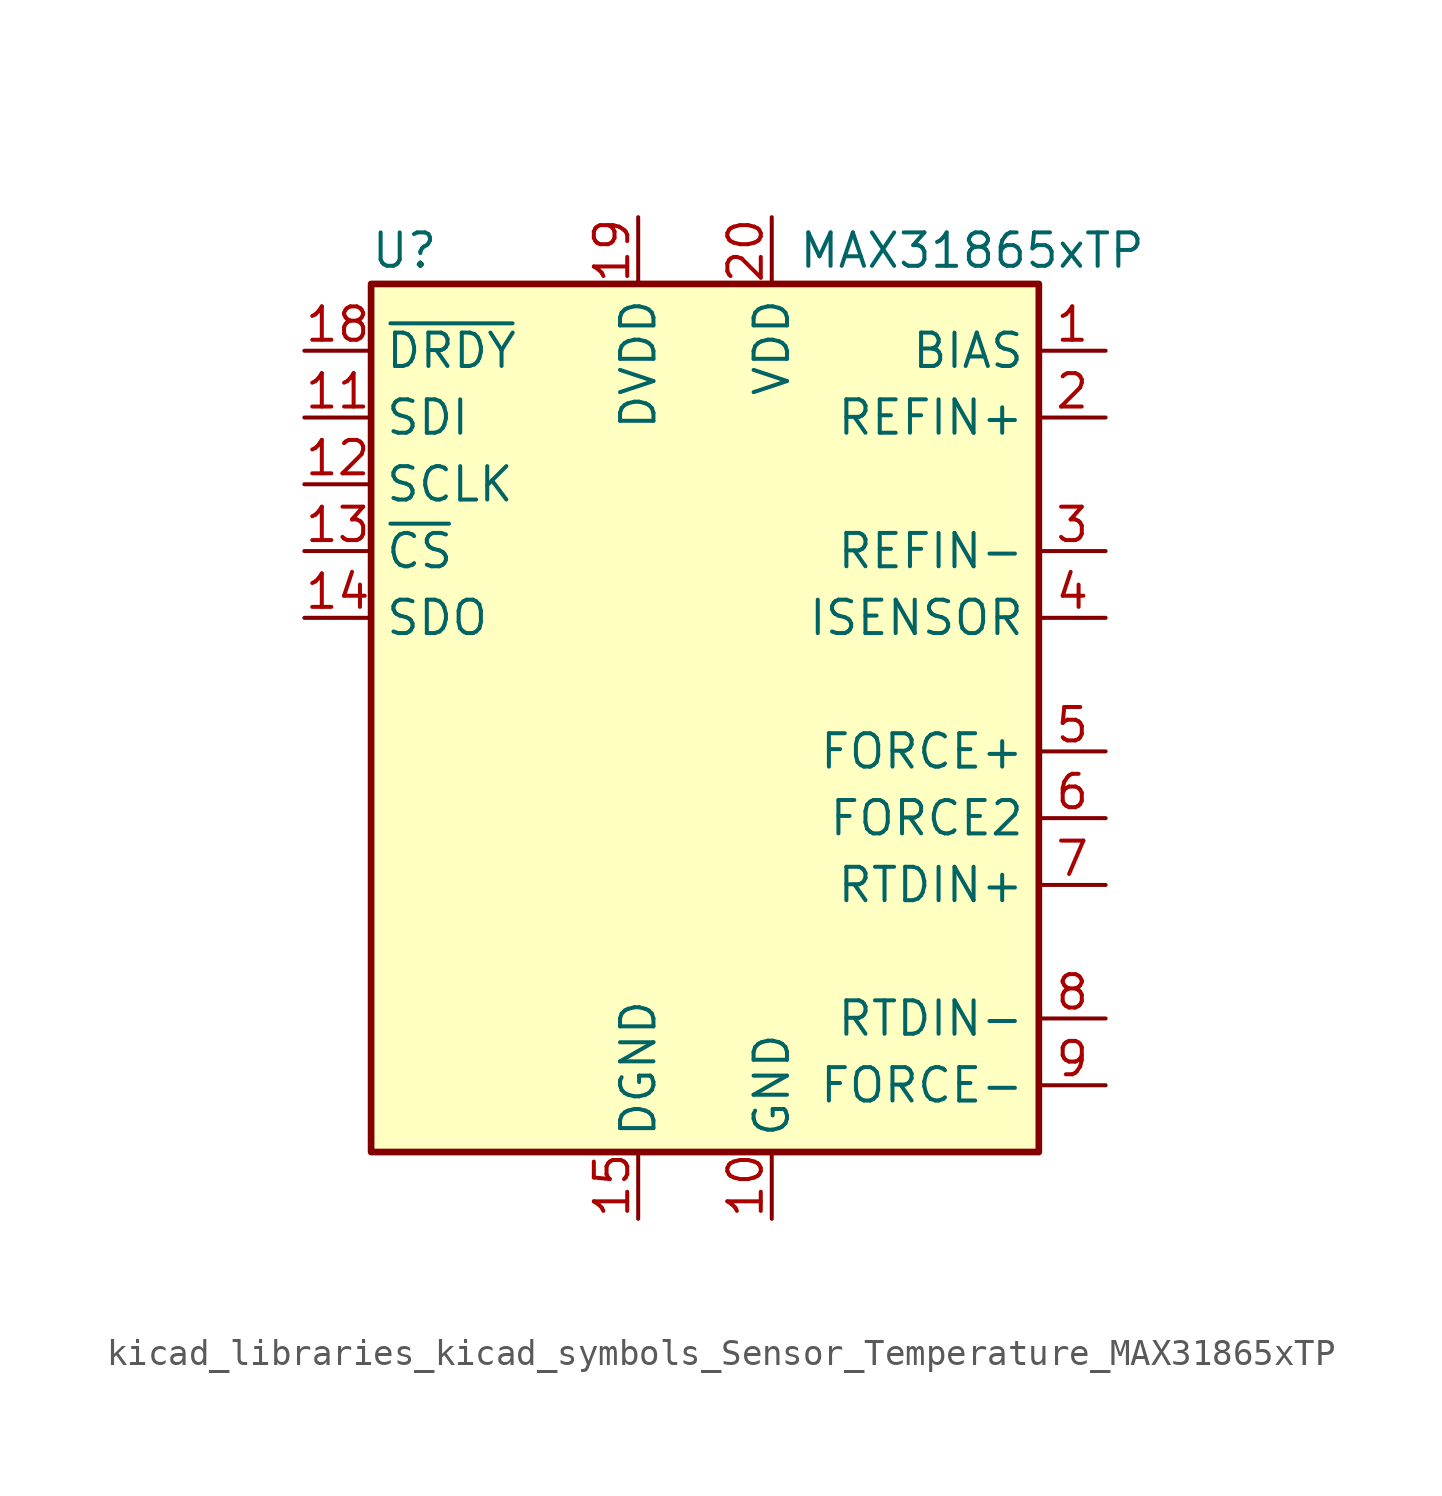
<source format=kicad_sym>
(kicad_symbol_lib
  (version 20220914)
  (generator kicad_symbol_editor)
  (symbol "kicad_libraries_kicad_symbols_Sensor_Temperature_MAX31865xTP"
    (property "Reference" "U"
      (at -11.43 19.05 0)
      (effects (font (size 1.27 1.27))))
    (property "Value" "MAX31865xTP"
      (at 10.16 19.05 0)
      (effects (font (size 1.27 1.27))))
    (symbol "kicad_libraries_kicad_symbols_Sensor_Temperature_MAX31865xTP_0_1"
      (rectangle (start -12.7 17.78) (end 12.7 -15.24) (stroke (width 0.254) (type default)) (fill (type background))))
    (symbol "kicad_libraries_kicad_symbols_Sensor_Temperature_MAX31865xTP_1_1"
      (pin power_out line (at 15.24 15.24 180) (length 2.54) (name "BIAS" (effects (font (size 1.27 1.27)))) (number "1" (effects (font (size 1.27 1.27)))))
      (pin power_in line (at 2.54 -17.78 90) (length 2.54) (name "GND" (effects (font (size 1.27 1.27)))) (number "10" (effects (font (size 1.27 1.27)))))
      (pin input line (at -15.24 12.7 0) (length 2.54) (name "SDI" (effects (font (size 1.27 1.27)))) (number "11" (effects (font (size 1.27 1.27)))))
      (pin input line (at -15.24 10.16 0) (length 2.54) (name "SCLK" (effects (font (size 1.27 1.27)))) (number "12" (effects (font (size 1.27 1.27)))))
      (pin input line (at -15.24 7.62 0) (length 2.54) (name "~{CS}" (effects (font (size 1.27 1.27)))) (number "13" (effects (font (size 1.27 1.27)))))
      (pin tri_state line (at -15.24 5.08 0) (length 2.54) (name "SDO" (effects (font (size 1.27 1.27)))) (number "14" (effects (font (size 1.27 1.27)))))
      (pin power_in line (at -2.54 -17.78 90) (length 2.54) (name "DGND" (effects (font (size 1.27 1.27)))) (number "15" (effects (font (size 1.27 1.27)))))
      (pin passive line (at 2.54 -17.78 90) (length 2.54) hide (name "GND" (effects (font (size 1.27 1.27)))) (number "16" (effects (font (size 1.27 1.27)))))
      (pin no_connect line (at -12.7 -2.54 0) (length 2.54) hide (name "NC" (effects (font (size 1.27 1.27)))) (number "17" (effects (font (size 1.27 1.27)))))
      (pin output line (at -15.24 15.24 0) (length 2.54) (name "~{DRDY}" (effects (font (size 1.27 1.27)))) (number "18" (effects (font (size 1.27 1.27)))))
      (pin power_in line (at -2.54 20.32 270) (length 2.54) (name "DVDD" (effects (font (size 1.27 1.27)))) (number "19" (effects (font (size 1.27 1.27)))))
      (pin input line (at 15.24 12.7 180) (length 2.54) (name "REFIN+" (effects (font (size 1.27 1.27)))) (number "2" (effects (font (size 1.27 1.27)))))
      (pin power_in line (at 2.54 20.32 270) (length 2.54) (name "VDD" (effects (font (size 1.27 1.27)))) (number "20" (effects (font (size 1.27 1.27)))))
      (pin passive line (at 2.54 -17.78 90) (length 2.54) hide (name "GND" (effects (font (size 1.27 1.27)))) (number "21" (effects (font (size 1.27 1.27)))))
      (pin input line (at 15.24 7.62 180) (length 2.54) (name "REFIN-" (effects (font (size 1.27 1.27)))) (number "3" (effects (font (size 1.27 1.27)))))
      (pin passive line (at 15.24 5.08 180) (length 2.54) (name "ISENSOR" (effects (font (size 1.27 1.27)))) (number "4" (effects (font (size 1.27 1.27)))))
      (pin passive line (at 15.24 0 180) (length 2.54) (name "FORCE+" (effects (font (size 1.27 1.27)))) (number "5" (effects (font (size 1.27 1.27)))))
      (pin input line (at 15.24 -2.54 180) (length 2.54) (name "FORCE2" (effects (font (size 1.27 1.27)))) (number "6" (effects (font (size 1.27 1.27)))))
      (pin input line (at 15.24 -5.08 180) (length 2.54) (name "RTDIN+" (effects (font (size 1.27 1.27)))) (number "7" (effects (font (size 1.27 1.27)))))
      (pin input line (at 15.24 -10.16 180) (length 2.54) (name "RTDIN-" (effects (font (size 1.27 1.27)))) (number "8" (effects (font (size 1.27 1.27)))))
      (pin power_out line (at 15.24 -12.7 180) (length 2.54) (name "FORCE-" (effects (font (size 1.27 1.27)))) (number "9" (effects (font (size 1.27 1.27))))))))
</source>
